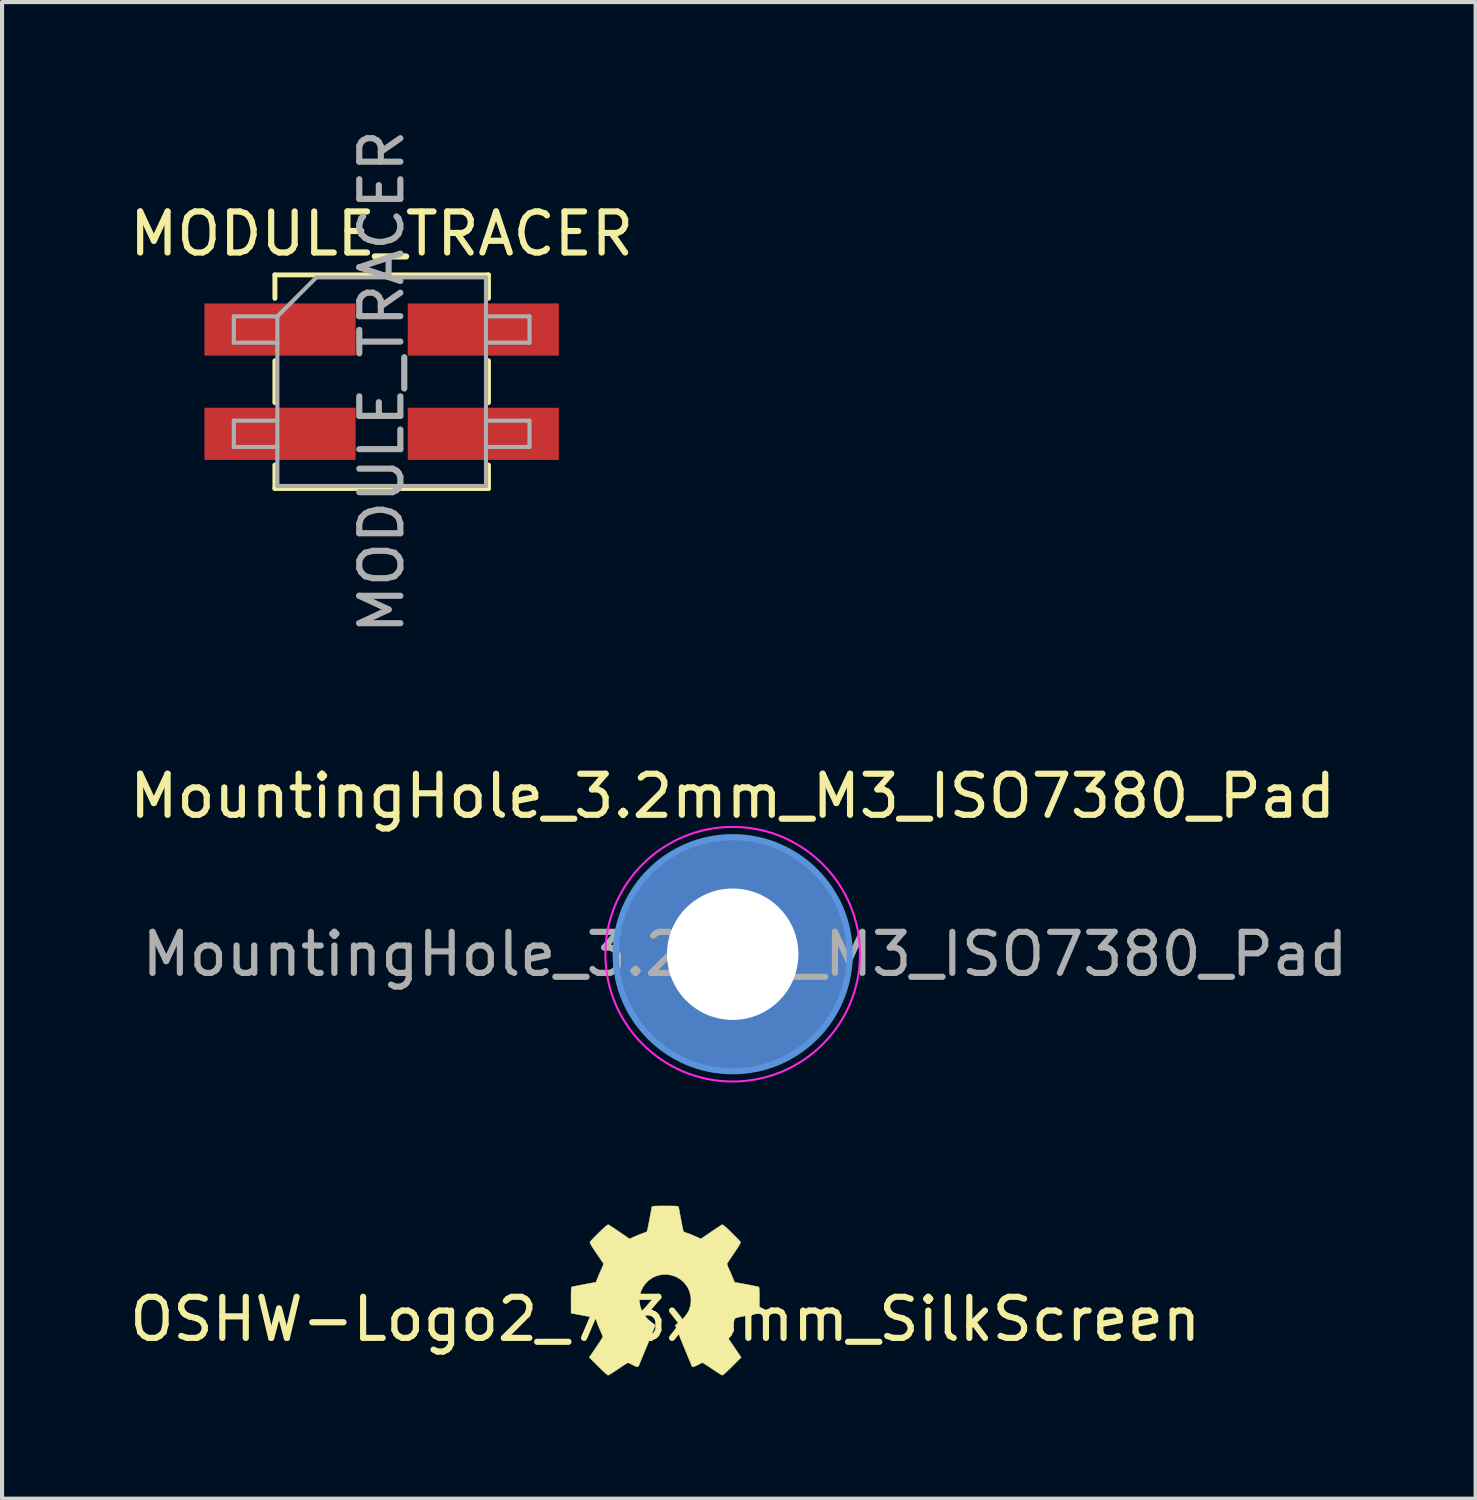
<source format=kicad_pcb>
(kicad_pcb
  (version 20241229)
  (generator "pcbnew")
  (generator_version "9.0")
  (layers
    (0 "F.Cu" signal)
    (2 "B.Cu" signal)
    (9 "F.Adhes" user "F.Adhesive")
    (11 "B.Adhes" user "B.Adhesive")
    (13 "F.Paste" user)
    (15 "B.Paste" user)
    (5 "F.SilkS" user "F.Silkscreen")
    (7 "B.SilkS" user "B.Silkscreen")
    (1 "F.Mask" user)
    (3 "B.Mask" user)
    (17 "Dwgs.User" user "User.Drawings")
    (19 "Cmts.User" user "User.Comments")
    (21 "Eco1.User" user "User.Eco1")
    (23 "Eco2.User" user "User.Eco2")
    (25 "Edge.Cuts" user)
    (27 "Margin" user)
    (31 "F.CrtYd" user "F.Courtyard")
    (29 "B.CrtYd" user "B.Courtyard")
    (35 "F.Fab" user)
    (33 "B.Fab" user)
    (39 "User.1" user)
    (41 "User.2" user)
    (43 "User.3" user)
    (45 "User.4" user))
  (footprint "MountingHole_3.2mm_M3_ISO7380_Pad"
    (layer "F.Cu")
    (at 14.792 20.186)
    (property "Reference" "MountingHole_3.2mm_M3_ISO7380_Pad" (at 0 -3.85 0) (layer "F.SilkS") (effects (font (size 1 1) (thickness 0.15))))
    (attr exclude_from_pos_files exclude_from_bom)
    (fp_circle (center 0 0) (end 2.85 0) (stroke (width 0.15) (type solid)) (fill no) (layer "Cmts.User"))
    (fp_circle (center 0 0) (end 3.1 0) (stroke (width 0.05) (type solid)) (fill no) (layer "F.CrtYd"))
    (fp_text user "${REFERENCE}" (at 0.3 0 0) (layer "F.Fab") (effects (font (size 1 1) (thickness 0.15))))
    (pad "1" thru_hole circle (at 0 0) (size 5.7 5.7) (drill 3.2) (layers "*.Cu" "*.Mask")))
  (footprint "OSHW-Logo2_7.3x6mm_SilkScreen"
    (layer "F.Cu")
    (at 13.149 29.074)
    (property "Reference" "OSHW-Logo2_7.3x6mm_SilkScreen" (at 0 0 0) (layer "F.SilkS") (effects (font (size 1 1) (thickness 0.15))))
    (attr exclude_from_pos_files exclude_from_bom)
    (fp_poly (pts (xy 0.104 -2.758) (xy 0.182 -2.757) (xy 0.239 -2.756) (xy 0.278 -2.754) (xy 0.303 -2.75) (xy 0.316 -2.744) (xy 0.323 -2.737) (xy 0.326 -2.726) (xy 0.327 -2.725) (xy 0.332 -2.701) (xy 0.341 -2.653) (xy 0.353 -2.587) (xy 0.368 -2.508) (xy 0.385 -2.42) (xy 0.385 -2.417) (xy 0.401 -2.331) (xy 0.417 -2.255) (xy 0.43 -2.194) (xy 0.44 -2.152) (xy 0.446 -2.133) (xy 0.447 -2.133) (xy 0.465 -2.124) (xy 0.502 -2.109) (xy 0.551 -2.091) (xy 0.552 -2.091) (xy 0.613 -2.068) (xy 0.686 -2.038) (xy 0.754 -2.008) (xy 0.757 -2.007) (xy 0.869 -1.956) (xy 1.115 -2.125) (xy 1.191 -2.176) (xy 1.26 -2.222) (xy 1.317 -2.26) (xy 1.359 -2.287) (xy 1.383 -2.301) (xy 1.385 -2.302) (xy 1.402 -2.298) (xy 1.434 -2.275) (xy 1.481 -2.235) (xy 1.546 -2.174) (xy 1.612 -2.11) (xy 1.676 -2.046) (xy 1.733 -1.989) (xy 1.78 -1.94) (xy 1.814 -1.904) (xy 1.83 -1.884) (xy 1.831 -1.883) (xy 1.833 -1.869) (xy 1.826 -1.847) (xy 1.809 -1.814) (xy 1.779 -1.765) (xy 1.737 -1.699) (xy 1.679 -1.614) (xy 1.629 -1.54) (xy 1.583 -1.473) (xy 1.546 -1.417) (xy 1.519 -1.378) (xy 1.506 -1.357) (xy 1.505 -1.356) (xy 1.507 -1.336) (xy 1.519 -1.298) (xy 1.54 -1.248) (xy 1.547 -1.232) (xy 1.58 -1.162) (xy 1.614 -1.082) (xy 1.642 -1.012) (xy 1.663 -0.961) (xy 1.679 -0.922) (xy 1.688 -0.901) (xy 1.689 -0.9) (xy 1.706 -0.897) (xy 1.746 -0.89) (xy 1.804 -0.879) (xy 1.875 -0.866) (xy 1.952 -0.852) (xy 2.032 -0.837) (xy 2.107 -0.822) (xy 2.174 -0.809) (xy 2.227 -0.799) (xy 2.26 -0.792) (xy 2.268 -0.79) (xy 2.276 -0.785) (xy 2.283 -0.774) (xy 2.287 -0.754) (xy 2.29 -0.72) (xy 2.292 -0.67) (xy 2.293 -0.599) (xy 2.293 -0.504) (xy 2.293 -0.465) (xy 2.293 -0.147) (xy 2.217 -0.132) (xy 2.175 -0.124) (xy 2.111 -0.112) (xy 2.035 -0.098) (xy 1.953 -0.083) (xy 1.93 -0.079) (xy 1.855 -0.064) (xy 1.789 -0.049) (xy 1.738 -0.037) (xy 1.709 -0.027) (xy 1.704 -0.024) (xy 1.691 -0.003) (xy 1.674 0.038) (xy 1.655 0.09) (xy 1.651 0.102) (xy 1.625 0.172) (xy 1.594 0.25) (xy 1.563 0.321) (xy 1.563 0.322) (xy 1.511 0.433) (xy 1.68 0.681) (xy 1.849 0.93) (xy 1.632 1.147) (xy 1.567 1.212) (xy 1.507 1.269) (xy 1.456 1.315) (xy 1.418 1.348) (xy 1.396 1.363) (xy 1.392 1.364) (xy 1.374 1.356) (xy 1.335 1.335) (xy 1.281 1.301) (xy 1.216 1.259) (xy 1.146 1.212) (xy 1.075 1.164) (xy 1.011 1.122) (xy 0.959 1.089) (xy 0.923 1.067) (xy 0.907 1.06) (xy 0.887 1.066) (xy 0.85 1.083) (xy 0.803 1.107) (xy 0.798 1.11) (xy 0.734 1.142) (xy 0.69 1.158) (xy 0.663 1.158) (xy 0.649 1.143) (xy 0.649 1.143) (xy 0.642 1.126) (xy 0.625 1.085) (xy 0.6 1.024) (xy 0.567 0.945) (xy 0.529 0.852) (xy 0.486 0.748) (xy 0.444 0.648) (xy 0.399 0.537) (xy 0.357 0.434) (xy 0.32 0.342) (xy 0.289 0.265) (xy 0.266 0.206) (xy 0.251 0.167) (xy 0.247 0.153) (xy 0.258 0.136) (xy 0.287 0.11) (xy 0.326 0.081) (xy 0.437 -0.011) (xy 0.523 -0.116) (xy 0.585 -0.233) (xy 0.62 -0.358) (xy 0.628 -0.49) (xy 0.622 -0.552) (xy 0.591 -0.678) (xy 0.538 -0.79) (xy 0.466 -0.886) (xy 0.378 -0.965) (xy 0.278 -1.026) (xy 0.168 -1.067) (xy 0.053 -1.089) (xy -0.065 -1.088) (xy -0.181 -1.066) (xy -0.294 -1.019) (xy -0.4 -0.948) (xy -0.444 -0.908) (xy -0.528 -0.805) (xy -0.587 -0.692) (xy -0.62 -0.573) (xy -0.629 -0.451) (xy -0.613 -0.329) (xy -0.573 -0.211) (xy -0.51 -0.1) (xy -0.423 0.002) (xy -0.326 0.081) (xy -0.286 0.111) (xy -0.257 0.137) (xy -0.247 0.153) (xy -0.252 0.17) (xy -0.267 0.21) (xy -0.291 0.272) (xy -0.323 0.35) (xy -0.36 0.443) (xy -0.403 0.546) (xy -0.444 0.648) (xy -0.49 0.759) (xy -0.533 0.862) (xy -0.571 0.953) (xy -0.603 1.03) (xy -0.627 1.09) (xy -0.643 1.129) (xy -0.649 1.143) (xy -0.663 1.158) (xy -0.69 1.158) (xy -0.734 1.142) (xy -0.797 1.11) (xy -0.798 1.11) (xy -0.845 1.085) (xy -0.884 1.067) (xy -0.906 1.06) (xy -0.907 1.06) (xy -0.923 1.067) (xy -0.96 1.089) (xy -1.012 1.122) (xy -1.075 1.164) (xy -1.146 1.212) (xy -1.218 1.26) (xy -1.283 1.302) (xy -1.336 1.335) (xy -1.374 1.357) (xy -1.392 1.364) (xy -1.409 1.354) (xy -1.443 1.327) (xy -1.49 1.284) (xy -1.547 1.231) (xy -1.612 1.168) (xy -1.633 1.147) (xy -1.85 0.93) (xy -1.684 0.687) (xy -1.634 0.613) (xy -1.59 0.546) (xy -1.555 0.491) (xy -1.53 0.451) (xy -1.519 0.43) (xy -1.519 0.429) (xy -1.525 0.409) (xy -1.54 0.37) (xy -1.562 0.317) (xy -1.578 0.282) (xy -1.607 0.215) (xy -1.635 0.147) (xy -1.656 0.09) (xy -1.662 0.073) (xy -1.679 0.026) (xy -1.695 -0.01) (xy -1.704 -0.024) (xy -1.723 -0.032) (xy -1.766 -0.044) (xy -1.826 -0.058) (xy -1.898 -0.073) (xy -1.93 -0.079) (xy -2.012 -0.094) (xy -2.091 -0.108) (xy -2.159 -0.121) (xy -2.208 -0.13) (xy -2.217 -0.132) (xy -2.293 -0.147) (xy -2.293 -0.465) (xy -2.293 -0.569) (xy -2.292 -0.648) (xy -2.291 -0.705) (xy -2.288 -0.744) (xy -2.284 -0.769) (xy -2.279 -0.782) (xy -2.271 -0.789) (xy -2.268 -0.79) (xy -2.249 -0.794) (xy -2.207 -0.802) (xy -2.148 -0.814) (xy -2.077 -0.828) (xy -1.999 -0.843) (xy -1.92 -0.858) (xy -1.845 -0.872) (xy -1.779 -0.884) (xy -1.727 -0.894) (xy -1.696 -0.899) (xy -1.689 -0.9) (xy -1.683 -0.912) (xy -1.669 -0.946) (xy -1.65 -0.994) (xy -1.642 -1.012) (xy -1.613 -1.085) (xy -1.578 -1.165) (xy -1.547 -1.232) (xy -1.525 -1.284) (xy -1.51 -1.326) (xy -1.504 -1.352) (xy -1.505 -1.356) (xy -1.516 -1.372) (xy -1.54 -1.409) (xy -1.576 -1.461) (xy -1.62 -1.526) (xy -1.67 -1.6) (xy -1.68 -1.614) (xy -1.738 -1.7) (xy -1.78 -1.766) (xy -1.809 -1.814) (xy -1.826 -1.847) (xy -1.833 -1.869) (xy -1.831 -1.883) (xy -1.831 -1.883) (xy -1.816 -1.901) (xy -1.785 -1.935) (xy -1.739 -1.983) (xy -1.683 -2.04) (xy -1.62 -2.103) (xy -1.612 -2.11) (xy -1.533 -2.187) (xy -1.471 -2.244) (xy -1.427 -2.281) (xy -1.398 -2.3) (xy -1.385 -2.302) (xy -1.367 -2.292) (xy -1.328 -2.267) (xy -1.274 -2.231) (xy -1.207 -2.187) (xy -1.133 -2.137) (xy -1.115 -2.125) (xy -0.869 -1.956) (xy -0.757 -2.007) (xy -0.69 -2.036) (xy -0.617 -2.066) (xy -0.554 -2.09) (xy -0.552 -2.091) (xy -0.503 -2.109) (xy -0.465 -2.124) (xy -0.447 -2.133) (xy -0.447 -2.133) (xy -0.441 -2.149) (xy -0.431 -2.19) (xy -0.418 -2.25) (xy -0.403 -2.325) (xy -0.386 -2.41) (xy -0.385 -2.417) (xy -0.369 -2.505) (xy -0.354 -2.585) (xy -0.341 -2.651) (xy -0.332 -2.7) (xy -0.327 -2.725) (xy -0.327 -2.725) (xy -0.323 -2.736) (xy -0.317 -2.744) (xy -0.305 -2.75) (xy -0.281 -2.753) (xy -0.244 -2.756) (xy -0.19 -2.757) (xy -0.114 -2.758) (xy -0.013 -2.758) (xy 0 -2.758) (xy 0.104 -2.758)) (stroke (width 0.01) (type solid)) (fill yes) (layer "F.SilkS")))
  (footprint "MODULE_TRACER"
    (layer "F.Cu")
    (at 6.244 6.244)
    (property "Reference" "MODULE_TRACER" (at 0 -3.6 0) (layer "F.SilkS") (effects (font (size 1 1) (thickness 0.15))))
    (attr smd)
    (fp_line (start -2.6 -2.6) (end -2.6 -2.03) (stroke (width 0.12) (type solid)) (layer "F.SilkS"))
    (fp_line (start -2.6 -0.51) (end -2.6 0.51) (stroke (width 0.12) (type solid)) (layer "F.SilkS"))
    (fp_line (start -2.6 2.03) (end -2.6 2.6) (stroke (width 0.12) (type solid)) (layer "F.SilkS"))
    (fp_line (start 2.6 -2.6) (end -2.6 -2.6) (stroke (width 0.12) (type solid)) (layer "F.SilkS"))
    (fp_line (start 2.6 -2.6) (end 2.6 -2.03) (stroke (width 0.12) (type solid)) (layer "F.SilkS"))
    (fp_line (start 2.6 -0.51) (end 2.6 0.51) (stroke (width 0.12) (type solid)) (layer "F.SilkS"))
    (fp_line (start 2.6 2.03) (end 2.6 2.6) (stroke (width 0.12) (type solid)) (layer "F.SilkS"))
    (fp_line (start 2.6 2.6) (end -2.6 2.6) (stroke (width 0.12) (type solid)) (layer "F.SilkS"))
    (fp_line (start -3.6 -1.59) (end -3.6 -0.95) (stroke (width 0.1) (type solid)) (layer "F.Fab"))
    (fp_line (start -3.6 -0.95) (end -2.54 -0.95) (stroke (width 0.1) (type solid)) (layer "F.Fab"))
    (fp_line (start -3.6 0.95) (end -3.6 1.59) (stroke (width 0.1) (type solid)) (layer "F.Fab"))
    (fp_line (start -3.6 1.59) (end -2.54 1.59) (stroke (width 0.1) (type solid)) (layer "F.Fab"))
    (fp_line (start -2.54 -1.59) (end -3.6 -1.59) (stroke (width 0.1) (type solid)) (layer "F.Fab"))
    (fp_line (start -2.54 -1.59) (end -1.59 -2.54) (stroke (width 0.1) (type solid)) (layer "F.Fab"))
    (fp_line (start -2.54 0.95) (end -3.6 0.95) (stroke (width 0.1) (type solid)) (layer "F.Fab"))
    (fp_line (start -2.54 2.54) (end -2.54 -1.59) (stroke (width 0.1) (type solid)) (layer "F.Fab"))
    (fp_line (start -1.59 -2.54) (end 2.54 -2.54) (stroke (width 0.1) (type solid)) (layer "F.Fab"))
    (fp_line (start 2.54 -2.54) (end 2.54 2.54) (stroke (width 0.1) (type solid)) (layer "F.Fab"))
    (fp_line (start 2.54 -1.59) (end 3.6 -1.59) (stroke (width 0.1) (type solid)) (layer "F.Fab"))
    (fp_line (start 2.54 0.95) (end 3.6 0.95) (stroke (width 0.1) (type solid)) (layer "F.Fab"))
    (fp_line (start 2.54 2.54) (end -2.54 2.54) (stroke (width 0.1) (type solid)) (layer "F.Fab"))
    (fp_line (start 3.6 -1.59) (end 3.6 -0.95) (stroke (width 0.1) (type solid)) (layer "F.Fab"))
    (fp_line (start 3.6 -0.95) (end 2.54 -0.95) (stroke (width 0.1) (type solid)) (layer "F.Fab"))
    (fp_line (start 3.6 0.95) (end 3.6 1.59) (stroke (width 0.1) (type solid)) (layer "F.Fab"))
    (fp_line (start 3.6 1.59) (end 2.54 1.59) (stroke (width 0.1) (type solid)) (layer "F.Fab"))
    (fp_text user "${REFERENCE}" (at 0 0 90) (layer "F.Fab") (effects (font (size 1 1) (thickness 0.15))))
    (pad "1" smd rect (at -2.475 -1.27) (size 3.68 1.27) (layers "F.Cu" "F.Mask" "F.Paste"))
    (pad "2" smd rect (at 2.475 -1.27) (size 3.68 1.27) (layers "F.Cu" "F.Mask" "F.Paste"))
    (pad "3" smd rect (at -2.475 1.27) (size 3.68 1.27) (layers "F.Cu" "F.Mask" "F.Paste"))
    (pad "4" smd rect (at 2.475 1.27) (size 3.68 1.27) (layers "F.Cu" "F.Mask" "F.Paste")))
  (gr_rect
    (start -3 -3)
    (end 32.883 33.443)
    (stroke (width 0.1) (type default))
    (fill no)
    (layer "Edge.Cuts")))
</source>
